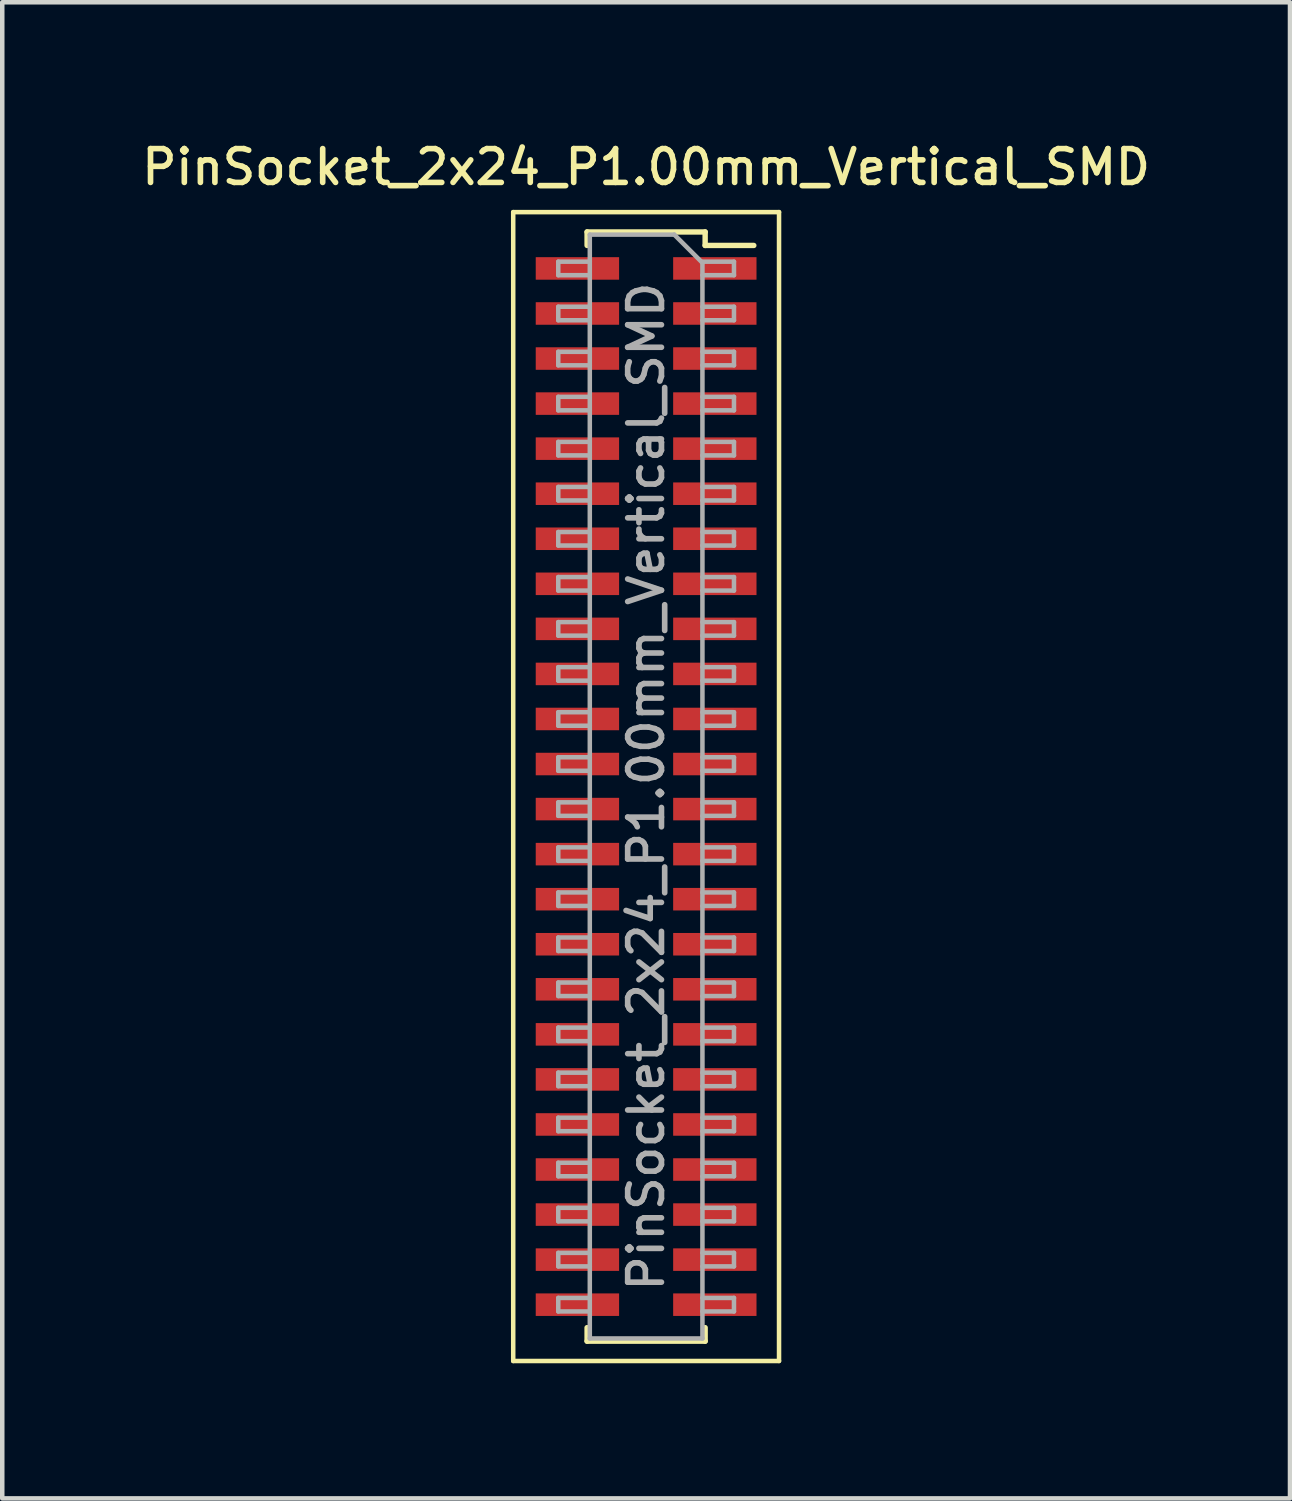
<source format=kicad_pcb>
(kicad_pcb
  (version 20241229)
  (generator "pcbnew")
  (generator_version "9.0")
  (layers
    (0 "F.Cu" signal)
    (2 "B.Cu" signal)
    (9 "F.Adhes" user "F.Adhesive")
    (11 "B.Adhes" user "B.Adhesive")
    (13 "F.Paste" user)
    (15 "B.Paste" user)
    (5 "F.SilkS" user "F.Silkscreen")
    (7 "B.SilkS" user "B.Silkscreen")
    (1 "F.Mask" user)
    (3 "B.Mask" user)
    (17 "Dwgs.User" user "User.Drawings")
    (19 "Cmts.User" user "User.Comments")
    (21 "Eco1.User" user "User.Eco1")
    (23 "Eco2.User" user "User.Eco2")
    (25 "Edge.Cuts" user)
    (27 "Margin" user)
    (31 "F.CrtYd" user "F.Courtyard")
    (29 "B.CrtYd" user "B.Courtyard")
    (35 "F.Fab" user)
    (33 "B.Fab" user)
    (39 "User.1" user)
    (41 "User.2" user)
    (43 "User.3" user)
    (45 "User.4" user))
  (footprint "PinSocket_2x24_P1.00mm_Vertical_SMD"
    (layer "F.Cu")
    (at 11.291 14.408)
    (property "Reference" "PinSocket_2x24_P1.00mm_Vertical_SMD" (at 0 -13.75 0) (layer "F.SilkS") (effects (font (size 0.75 0.75) (thickness 0.125))))
    (attr smd)
    (fp_line (start -2.95 -12.75) (end 2.95 -12.75) (stroke (width 0.1) (type solid)) (layer "F.SilkS"))
    (fp_line (start -2.95 12.75) (end -2.95 -12.75) (stroke (width 0.1) (type solid)) (layer "F.SilkS"))
    (fp_line (start -1.31 -12.31) (end -1.31 -12.01) (stroke (width 0.12) (type solid)) (layer "F.SilkS"))
    (fp_line (start -1.31 -12.31) (end 1.31 -12.31) (stroke (width 0.12) (type solid)) (layer "F.SilkS"))
    (fp_line (start -1.31 12.01) (end -1.31 12.31) (stroke (width 0.12) (type solid)) (layer "F.SilkS"))
    (fp_line (start -1.31 12.31) (end 1.31 12.31) (stroke (width 0.12) (type solid)) (layer "F.SilkS"))
    (fp_line (start 1.31 -12.31) (end 1.31 -12.01) (stroke (width 0.12) (type solid)) (layer "F.SilkS"))
    (fp_line (start 1.31 -12.01) (end 2.39 -12.01) (stroke (width 0.12) (type solid)) (layer "F.SilkS"))
    (fp_line (start 1.31 12.01) (end 1.31 12.31) (stroke (width 0.12) (type solid)) (layer "F.SilkS"))
    (fp_line (start 2.95 -12.75) (end 2.95 12.75) (stroke (width 0.1) (type solid)) (layer "F.SilkS"))
    (fp_line (start 2.95 12.75) (end -2.95 12.75) (stroke (width 0.1) (type solid)) (layer "F.SilkS"))
    (fp_line (start -1.95 -11.65) (end -1.25 -11.65) (stroke (width 0.1) (type solid)) (layer "F.Fab"))
    (fp_line (start -1.95 -11.35) (end -1.95 -11.65) (stroke (width 0.1) (type solid)) (layer "F.Fab"))
    (fp_line (start -1.95 -10.65) (end -1.25 -10.65) (stroke (width 0.1) (type solid)) (layer "F.Fab"))
    (fp_line (start -1.95 -10.35) (end -1.95 -10.65) (stroke (width 0.1) (type solid)) (layer "F.Fab"))
    (fp_line (start -1.95 -9.65) (end -1.25 -9.65) (stroke (width 0.1) (type solid)) (layer "F.Fab"))
    (fp_line (start -1.95 -9.35) (end -1.95 -9.65) (stroke (width 0.1) (type solid)) (layer "F.Fab"))
    (fp_line (start -1.95 -8.65) (end -1.25 -8.65) (stroke (width 0.1) (type solid)) (layer "F.Fab"))
    (fp_line (start -1.95 -8.35) (end -1.95 -8.65) (stroke (width 0.1) (type solid)) (layer "F.Fab"))
    (fp_line (start -1.95 -7.65) (end -1.25 -7.65) (stroke (width 0.1) (type solid)) (layer "F.Fab"))
    (fp_line (start -1.95 -7.35) (end -1.95 -7.65) (stroke (width 0.1) (type solid)) (layer "F.Fab"))
    (fp_line (start -1.95 -6.65) (end -1.25 -6.65) (stroke (width 0.1) (type solid)) (layer "F.Fab"))
    (fp_line (start -1.95 -6.35) (end -1.95 -6.65) (stroke (width 0.1) (type solid)) (layer "F.Fab"))
    (fp_line (start -1.95 -5.65) (end -1.25 -5.65) (stroke (width 0.1) (type solid)) (layer "F.Fab"))
    (fp_line (start -1.95 -5.35) (end -1.95 -5.65) (stroke (width 0.1) (type solid)) (layer "F.Fab"))
    (fp_line (start -1.95 -4.65) (end -1.25 -4.65) (stroke (width 0.1) (type solid)) (layer "F.Fab"))
    (fp_line (start -1.95 -4.35) (end -1.95 -4.65) (stroke (width 0.1) (type solid)) (layer "F.Fab"))
    (fp_line (start -1.95 -3.65) (end -1.25 -3.65) (stroke (width 0.1) (type solid)) (layer "F.Fab"))
    (fp_line (start -1.95 -3.35) (end -1.95 -3.65) (stroke (width 0.1) (type solid)) (layer "F.Fab"))
    (fp_line (start -1.95 -2.65) (end -1.25 -2.65) (stroke (width 0.1) (type solid)) (layer "F.Fab"))
    (fp_line (start -1.95 -2.35) (end -1.95 -2.65) (stroke (width 0.1) (type solid)) (layer "F.Fab"))
    (fp_line (start -1.95 -1.65) (end -1.25 -1.65) (stroke (width 0.1) (type solid)) (layer "F.Fab"))
    (fp_line (start -1.95 -1.35) (end -1.95 -1.65) (stroke (width 0.1) (type solid)) (layer "F.Fab"))
    (fp_line (start -1.95 -0.65) (end -1.25 -0.65) (stroke (width 0.1) (type solid)) (layer "F.Fab"))
    (fp_line (start -1.95 -0.35) (end -1.95 -0.65) (stroke (width 0.1) (type solid)) (layer "F.Fab"))
    (fp_line (start -1.95 0.35) (end -1.25 0.35) (stroke (width 0.1) (type solid)) (layer "F.Fab"))
    (fp_line (start -1.95 0.65) (end -1.95 0.35) (stroke (width 0.1) (type solid)) (layer "F.Fab"))
    (fp_line (start -1.95 1.35) (end -1.25 1.35) (stroke (width 0.1) (type solid)) (layer "F.Fab"))
    (fp_line (start -1.95 1.65) (end -1.95 1.35) (stroke (width 0.1) (type solid)) (layer "F.Fab"))
    (fp_line (start -1.95 2.35) (end -1.25 2.35) (stroke (width 0.1) (type solid)) (layer "F.Fab"))
    (fp_line (start -1.95 2.65) (end -1.95 2.35) (stroke (width 0.1) (type solid)) (layer "F.Fab"))
    (fp_line (start -1.95 3.35) (end -1.25 3.35) (stroke (width 0.1) (type solid)) (layer "F.Fab"))
    (fp_line (start -1.95 3.65) (end -1.95 3.35) (stroke (width 0.1) (type solid)) (layer "F.Fab"))
    (fp_line (start -1.95 4.35) (end -1.25 4.35) (stroke (width 0.1) (type solid)) (layer "F.Fab"))
    (fp_line (start -1.95 4.65) (end -1.95 4.35) (stroke (width 0.1) (type solid)) (layer "F.Fab"))
    (fp_line (start -1.95 5.35) (end -1.25 5.35) (stroke (width 0.1) (type solid)) (layer "F.Fab"))
    (fp_line (start -1.95 5.65) (end -1.95 5.35) (stroke (width 0.1) (type solid)) (layer "F.Fab"))
    (fp_line (start -1.95 6.35) (end -1.25 6.35) (stroke (width 0.1) (type solid)) (layer "F.Fab"))
    (fp_line (start -1.95 6.65) (end -1.95 6.35) (stroke (width 0.1) (type solid)) (layer "F.Fab"))
    (fp_line (start -1.95 7.35) (end -1.25 7.35) (stroke (width 0.1) (type solid)) (layer "F.Fab"))
    (fp_line (start -1.95 7.65) (end -1.95 7.35) (stroke (width 0.1) (type solid)) (layer "F.Fab"))
    (fp_line (start -1.95 8.35) (end -1.25 8.35) (stroke (width 0.1) (type solid)) (layer "F.Fab"))
    (fp_line (start -1.95 8.65) (end -1.95 8.35) (stroke (width 0.1) (type solid)) (layer "F.Fab"))
    (fp_line (start -1.95 9.35) (end -1.25 9.35) (stroke (width 0.1) (type solid)) (layer "F.Fab"))
    (fp_line (start -1.95 9.65) (end -1.95 9.35) (stroke (width 0.1) (type solid)) (layer "F.Fab"))
    (fp_line (start -1.95 10.35) (end -1.25 10.35) (stroke (width 0.1) (type solid)) (layer "F.Fab"))
    (fp_line (start -1.95 10.65) (end -1.95 10.35) (stroke (width 0.1) (type solid)) (layer "F.Fab"))
    (fp_line (start -1.95 11.35) (end -1.25 11.35) (stroke (width 0.1) (type solid)) (layer "F.Fab"))
    (fp_line (start -1.95 11.65) (end -1.95 11.35) (stroke (width 0.1) (type solid)) (layer "F.Fab"))
    (fp_line (start -1.25 -12.25) (end 0.625 -12.25) (stroke (width 0.1) (type solid)) (layer "F.Fab"))
    (fp_line (start -1.25 -11.35) (end -1.95 -11.35) (stroke (width 0.1) (type solid)) (layer "F.Fab"))
    (fp_line (start -1.25 -10.35) (end -1.95 -10.35) (stroke (width 0.1) (type solid)) (layer "F.Fab"))
    (fp_line (start -1.25 -9.35) (end -1.95 -9.35) (stroke (width 0.1) (type solid)) (layer "F.Fab"))
    (fp_line (start -1.25 -8.35) (end -1.95 -8.35) (stroke (width 0.1) (type solid)) (layer "F.Fab"))
    (fp_line (start -1.25 -7.35) (end -1.95 -7.35) (stroke (width 0.1) (type solid)) (layer "F.Fab"))
    (fp_line (start -1.25 -6.35) (end -1.95 -6.35) (stroke (width 0.1) (type solid)) (layer "F.Fab"))
    (fp_line (start -1.25 -5.35) (end -1.95 -5.35) (stroke (width 0.1) (type solid)) (layer "F.Fab"))
    (fp_line (start -1.25 -4.35) (end -1.95 -4.35) (stroke (width 0.1) (type solid)) (layer "F.Fab"))
    (fp_line (start -1.25 -3.35) (end -1.95 -3.35) (stroke (width 0.1) (type solid)) (layer "F.Fab"))
    (fp_line (start -1.25 -2.35) (end -1.95 -2.35) (stroke (width 0.1) (type solid)) (layer "F.Fab"))
    (fp_line (start -1.25 -1.35) (end -1.95 -1.35) (stroke (width 0.1) (type solid)) (layer "F.Fab"))
    (fp_line (start -1.25 -0.35) (end -1.95 -0.35) (stroke (width 0.1) (type solid)) (layer "F.Fab"))
    (fp_line (start -1.25 0.65) (end -1.95 0.65) (stroke (width 0.1) (type solid)) (layer "F.Fab"))
    (fp_line (start -1.25 1.65) (end -1.95 1.65) (stroke (width 0.1) (type solid)) (layer "F.Fab"))
    (fp_line (start -1.25 2.65) (end -1.95 2.65) (stroke (width 0.1) (type solid)) (layer "F.Fab"))
    (fp_line (start -1.25 3.65) (end -1.95 3.65) (stroke (width 0.1) (type solid)) (layer "F.Fab"))
    (fp_line (start -1.25 4.65) (end -1.95 4.65) (stroke (width 0.1) (type solid)) (layer "F.Fab"))
    (fp_line (start -1.25 5.65) (end -1.95 5.65) (stroke (width 0.1) (type solid)) (layer "F.Fab"))
    (fp_line (start -1.25 6.65) (end -1.95 6.65) (stroke (width 0.1) (type solid)) (layer "F.Fab"))
    (fp_line (start -1.25 7.65) (end -1.95 7.65) (stroke (width 0.1) (type solid)) (layer "F.Fab"))
    (fp_line (start -1.25 8.65) (end -1.95 8.65) (stroke (width 0.1) (type solid)) (layer "F.Fab"))
    (fp_line (start -1.25 9.65) (end -1.95 9.65) (stroke (width 0.1) (type solid)) (layer "F.Fab"))
    (fp_line (start -1.25 10.65) (end -1.95 10.65) (stroke (width 0.1) (type solid)) (layer "F.Fab"))
    (fp_line (start -1.25 11.65) (end -1.95 11.65) (stroke (width 0.1) (type solid)) (layer "F.Fab"))
    (fp_line (start -1.25 12.25) (end -1.25 -12.25) (stroke (width 0.1) (type solid)) (layer "F.Fab"))
    (fp_line (start 0.625 -12.25) (end 1.25 -11.625) (stroke (width 0.1) (type solid)) (layer "F.Fab"))
    (fp_line (start 1.25 -11.65) (end 1.95 -11.65) (stroke (width 0.1) (type solid)) (layer "F.Fab"))
    (fp_line (start 1.25 -11.625) (end 1.25 12.25) (stroke (width 0.1) (type solid)) (layer "F.Fab"))
    (fp_line (start 1.25 -10.65) (end 1.95 -10.65) (stroke (width 0.1) (type solid)) (layer "F.Fab"))
    (fp_line (start 1.25 -9.65) (end 1.95 -9.65) (stroke (width 0.1) (type solid)) (layer "F.Fab"))
    (fp_line (start 1.25 -8.65) (end 1.95 -8.65) (stroke (width 0.1) (type solid)) (layer "F.Fab"))
    (fp_line (start 1.25 -7.65) (end 1.95 -7.65) (stroke (width 0.1) (type solid)) (layer "F.Fab"))
    (fp_line (start 1.25 -6.65) (end 1.95 -6.65) (stroke (width 0.1) (type solid)) (layer "F.Fab"))
    (fp_line (start 1.25 -5.65) (end 1.95 -5.65) (stroke (width 0.1) (type solid)) (layer "F.Fab"))
    (fp_line (start 1.25 -4.65) (end 1.95 -4.65) (stroke (width 0.1) (type solid)) (layer "F.Fab"))
    (fp_line (start 1.25 -3.65) (end 1.95 -3.65) (stroke (width 0.1) (type solid)) (layer "F.Fab"))
    (fp_line (start 1.25 -2.65) (end 1.95 -2.65) (stroke (width 0.1) (type solid)) (layer "F.Fab"))
    (fp_line (start 1.25 -1.65) (end 1.95 -1.65) (stroke (width 0.1) (type solid)) (layer "F.Fab"))
    (fp_line (start 1.25 -0.65) (end 1.95 -0.65) (stroke (width 0.1) (type solid)) (layer "F.Fab"))
    (fp_line (start 1.25 0.35) (end 1.95 0.35) (stroke (width 0.1) (type solid)) (layer "F.Fab"))
    (fp_line (start 1.25 1.35) (end 1.95 1.35) (stroke (width 0.1) (type solid)) (layer "F.Fab"))
    (fp_line (start 1.25 2.35) (end 1.95 2.35) (stroke (width 0.1) (type solid)) (layer "F.Fab"))
    (fp_line (start 1.25 3.35) (end 1.95 3.35) (stroke (width 0.1) (type solid)) (layer "F.Fab"))
    (fp_line (start 1.25 4.35) (end 1.95 4.35) (stroke (width 0.1) (type solid)) (layer "F.Fab"))
    (fp_line (start 1.25 5.35) (end 1.95 5.35) (stroke (width 0.1) (type solid)) (layer "F.Fab"))
    (fp_line (start 1.25 6.35) (end 1.95 6.35) (stroke (width 0.1) (type solid)) (layer "F.Fab"))
    (fp_line (start 1.25 7.35) (end 1.95 7.35) (stroke (width 0.1) (type solid)) (layer "F.Fab"))
    (fp_line (start 1.25 8.35) (end 1.95 8.35) (stroke (width 0.1) (type solid)) (layer "F.Fab"))
    (fp_line (start 1.25 9.35) (end 1.95 9.35) (stroke (width 0.1) (type solid)) (layer "F.Fab"))
    (fp_line (start 1.25 10.35) (end 1.95 10.35) (stroke (width 0.1) (type solid)) (layer "F.Fab"))
    (fp_line (start 1.25 11.35) (end 1.95 11.35) (stroke (width 0.1) (type solid)) (layer "F.Fab"))
    (fp_line (start 1.25 12.25) (end -1.25 12.25) (stroke (width 0.1) (type solid)) (layer "F.Fab"))
    (fp_line (start 1.95 -11.65) (end 1.95 -11.35) (stroke (width 0.1) (type solid)) (layer "F.Fab"))
    (fp_line (start 1.95 -11.35) (end 1.25 -11.35) (stroke (width 0.1) (type solid)) (layer "F.Fab"))
    (fp_line (start 1.95 -10.65) (end 1.95 -10.35) (stroke (width 0.1) (type solid)) (layer "F.Fab"))
    (fp_line (start 1.95 -10.35) (end 1.25 -10.35) (stroke (width 0.1) (type solid)) (layer "F.Fab"))
    (fp_line (start 1.95 -9.65) (end 1.95 -9.35) (stroke (width 0.1) (type solid)) (layer "F.Fab"))
    (fp_line (start 1.95 -9.35) (end 1.25 -9.35) (stroke (width 0.1) (type solid)) (layer "F.Fab"))
    (fp_line (start 1.95 -8.65) (end 1.95 -8.35) (stroke (width 0.1) (type solid)) (layer "F.Fab"))
    (fp_line (start 1.95 -8.35) (end 1.25 -8.35) (stroke (width 0.1) (type solid)) (layer "F.Fab"))
    (fp_line (start 1.95 -7.65) (end 1.95 -7.35) (stroke (width 0.1) (type solid)) (layer "F.Fab"))
    (fp_line (start 1.95 -7.35) (end 1.25 -7.35) (stroke (width 0.1) (type solid)) (layer "F.Fab"))
    (fp_line (start 1.95 -6.65) (end 1.95 -6.35) (stroke (width 0.1) (type solid)) (layer "F.Fab"))
    (fp_line (start 1.95 -6.35) (end 1.25 -6.35) (stroke (width 0.1) (type solid)) (layer "F.Fab"))
    (fp_line (start 1.95 -5.65) (end 1.95 -5.35) (stroke (width 0.1) (type solid)) (layer "F.Fab"))
    (fp_line (start 1.95 -5.35) (end 1.25 -5.35) (stroke (width 0.1) (type solid)) (layer "F.Fab"))
    (fp_line (start 1.95 -4.65) (end 1.95 -4.35) (stroke (width 0.1) (type solid)) (layer "F.Fab"))
    (fp_line (start 1.95 -4.35) (end 1.25 -4.35) (stroke (width 0.1) (type solid)) (layer "F.Fab"))
    (fp_line (start 1.95 -3.65) (end 1.95 -3.35) (stroke (width 0.1) (type solid)) (layer "F.Fab"))
    (fp_line (start 1.95 -3.35) (end 1.25 -3.35) (stroke (width 0.1) (type solid)) (layer "F.Fab"))
    (fp_line (start 1.95 -2.65) (end 1.95 -2.35) (stroke (width 0.1) (type solid)) (layer "F.Fab"))
    (fp_line (start 1.95 -2.35) (end 1.25 -2.35) (stroke (width 0.1) (type solid)) (layer "F.Fab"))
    (fp_line (start 1.95 -1.65) (end 1.95 -1.35) (stroke (width 0.1) (type solid)) (layer "F.Fab"))
    (fp_line (start 1.95 -1.35) (end 1.25 -1.35) (stroke (width 0.1) (type solid)) (layer "F.Fab"))
    (fp_line (start 1.95 -0.65) (end 1.95 -0.35) (stroke (width 0.1) (type solid)) (layer "F.Fab"))
    (fp_line (start 1.95 -0.35) (end 1.25 -0.35) (stroke (width 0.1) (type solid)) (layer "F.Fab"))
    (fp_line (start 1.95 0.35) (end 1.95 0.65) (stroke (width 0.1) (type solid)) (layer "F.Fab"))
    (fp_line (start 1.95 0.65) (end 1.25 0.65) (stroke (width 0.1) (type solid)) (layer "F.Fab"))
    (fp_line (start 1.95 1.35) (end 1.95 1.65) (stroke (width 0.1) (type solid)) (layer "F.Fab"))
    (fp_line (start 1.95 1.65) (end 1.25 1.65) (stroke (width 0.1) (type solid)) (layer "F.Fab"))
    (fp_line (start 1.95 2.35) (end 1.95 2.65) (stroke (width 0.1) (type solid)) (layer "F.Fab"))
    (fp_line (start 1.95 2.65) (end 1.25 2.65) (stroke (width 0.1) (type solid)) (layer "F.Fab"))
    (fp_line (start 1.95 3.35) (end 1.95 3.65) (stroke (width 0.1) (type solid)) (layer "F.Fab"))
    (fp_line (start 1.95 3.65) (end 1.25 3.65) (stroke (width 0.1) (type solid)) (layer "F.Fab"))
    (fp_line (start 1.95 4.35) (end 1.95 4.65) (stroke (width 0.1) (type solid)) (layer "F.Fab"))
    (fp_line (start 1.95 4.65) (end 1.25 4.65) (stroke (width 0.1) (type solid)) (layer "F.Fab"))
    (fp_line (start 1.95 5.35) (end 1.95 5.65) (stroke (width 0.1) (type solid)) (layer "F.Fab"))
    (fp_line (start 1.95 5.65) (end 1.25 5.65) (stroke (width 0.1) (type solid)) (layer "F.Fab"))
    (fp_line (start 1.95 6.35) (end 1.95 6.65) (stroke (width 0.1) (type solid)) (layer "F.Fab"))
    (fp_line (start 1.95 6.65) (end 1.25 6.65) (stroke (width 0.1) (type solid)) (layer "F.Fab"))
    (fp_line (start 1.95 7.35) (end 1.95 7.65) (stroke (width 0.1) (type solid)) (layer "F.Fab"))
    (fp_line (start 1.95 7.65) (end 1.25 7.65) (stroke (width 0.1) (type solid)) (layer "F.Fab"))
    (fp_line (start 1.95 8.35) (end 1.95 8.65) (stroke (width 0.1) (type solid)) (layer "F.Fab"))
    (fp_line (start 1.95 8.65) (end 1.25 8.65) (stroke (width 0.1) (type solid)) (layer "F.Fab"))
    (fp_line (start 1.95 9.35) (end 1.95 9.65) (stroke (width 0.1) (type solid)) (layer "F.Fab"))
    (fp_line (start 1.95 9.65) (end 1.25 9.65) (stroke (width 0.1) (type solid)) (layer "F.Fab"))
    (fp_line (start 1.95 10.35) (end 1.95 10.65) (stroke (width 0.1) (type solid)) (layer "F.Fab"))
    (fp_line (start 1.95 10.65) (end 1.25 10.65) (stroke (width 0.1) (type solid)) (layer "F.Fab"))
    (fp_line (start 1.95 11.35) (end 1.95 11.65) (stroke (width 0.1) (type solid)) (layer "F.Fab"))
    (fp_line (start 1.95 11.65) (end 1.25 11.65) (stroke (width 0.1) (type solid)) (layer "F.Fab"))
    (fp_text user "${REFERENCE}" (at 0 0 90) (layer "F.Fab") (effects (font (size 0.75 0.75) (thickness 0.125))))
    (pad "1" smd rect (at 1.525 -11.5) (size 1.85 0.5) (layers "F.Cu" "F.Mask" "F.Paste"))
    (pad "2" smd rect (at -1.525 -11.5) (size 1.85 0.5) (layers "F.Cu" "F.Mask" "F.Paste"))
    (pad "3" smd rect (at 1.525 -10.5) (size 1.85 0.5) (layers "F.Cu" "F.Mask" "F.Paste"))
    (pad "4" smd rect (at -1.525 -10.5) (size 1.85 0.5) (layers "F.Cu" "F.Mask" "F.Paste"))
    (pad "5" smd rect (at 1.525 -9.5) (size 1.85 0.5) (layers "F.Cu" "F.Mask" "F.Paste"))
    (pad "6" smd rect (at -1.525 -9.5) (size 1.85 0.5) (layers "F.Cu" "F.Mask" "F.Paste"))
    (pad "7" smd rect (at 1.525 -8.5) (size 1.85 0.5) (layers "F.Cu" "F.Mask" "F.Paste"))
    (pad "8" smd rect (at -1.525 -8.5) (size 1.85 0.5) (layers "F.Cu" "F.Mask" "F.Paste"))
    (pad "9" smd rect (at 1.525 -7.5) (size 1.85 0.5) (layers "F.Cu" "F.Mask" "F.Paste"))
    (pad "10" smd rect (at -1.525 -7.5) (size 1.85 0.5) (layers "F.Cu" "F.Mask" "F.Paste"))
    (pad "11" smd rect (at 1.525 -6.5) (size 1.85 0.5) (layers "F.Cu" "F.Mask" "F.Paste"))
    (pad "12" smd rect (at -1.525 -6.5) (size 1.85 0.5) (layers "F.Cu" "F.Mask" "F.Paste"))
    (pad "13" smd rect (at 1.525 -5.5) (size 1.85 0.5) (layers "F.Cu" "F.Mask" "F.Paste"))
    (pad "14" smd rect (at -1.525 -5.5) (size 1.85 0.5) (layers "F.Cu" "F.Mask" "F.Paste"))
    (pad "15" smd rect (at 1.525 -4.5) (size 1.85 0.5) (layers "F.Cu" "F.Mask" "F.Paste"))
    (pad "16" smd rect (at -1.525 -4.5) (size 1.85 0.5) (layers "F.Cu" "F.Mask" "F.Paste"))
    (pad "17" smd rect (at 1.525 -3.5) (size 1.85 0.5) (layers "F.Cu" "F.Mask" "F.Paste"))
    (pad "18" smd rect (at -1.525 -3.5) (size 1.85 0.5) (layers "F.Cu" "F.Mask" "F.Paste"))
    (pad "19" smd rect (at 1.525 -2.5) (size 1.85 0.5) (layers "F.Cu" "F.Mask" "F.Paste"))
    (pad "20" smd rect (at -1.525 -2.5) (size 1.85 0.5) (layers "F.Cu" "F.Mask" "F.Paste"))
    (pad "21" smd rect (at 1.525 -1.5) (size 1.85 0.5) (layers "F.Cu" "F.Mask" "F.Paste"))
    (pad "22" smd rect (at -1.525 -1.5) (size 1.85 0.5) (layers "F.Cu" "F.Mask" "F.Paste"))
    (pad "23" smd rect (at 1.525 -0.5) (size 1.85 0.5) (layers "F.Cu" "F.Mask" "F.Paste"))
    (pad "24" smd rect (at -1.525 -0.5) (size 1.85 0.5) (layers "F.Cu" "F.Mask" "F.Paste"))
    (pad "25" smd rect (at 1.525 0.5) (size 1.85 0.5) (layers "F.Cu" "F.Mask" "F.Paste"))
    (pad "26" smd rect (at -1.525 0.5) (size 1.85 0.5) (layers "F.Cu" "F.Mask" "F.Paste"))
    (pad "27" smd rect (at 1.525 1.5) (size 1.85 0.5) (layers "F.Cu" "F.Mask" "F.Paste"))
    (pad "28" smd rect (at -1.525 1.5) (size 1.85 0.5) (layers "F.Cu" "F.Mask" "F.Paste"))
    (pad "29" smd rect (at 1.525 2.5) (size 1.85 0.5) (layers "F.Cu" "F.Mask" "F.Paste"))
    (pad "30" smd rect (at -1.525 2.5) (size 1.85 0.5) (layers "F.Cu" "F.Mask" "F.Paste"))
    (pad "31" smd rect (at 1.525 3.5) (size 1.85 0.5) (layers "F.Cu" "F.Mask" "F.Paste"))
    (pad "32" smd rect (at -1.525 3.5) (size 1.85 0.5) (layers "F.Cu" "F.Mask" "F.Paste"))
    (pad "33" smd rect (at 1.525 4.5) (size 1.85 0.5) (layers "F.Cu" "F.Mask" "F.Paste"))
    (pad "34" smd rect (at -1.525 4.5) (size 1.85 0.5) (layers "F.Cu" "F.Mask" "F.Paste"))
    (pad "35" smd rect (at 1.525 5.5) (size 1.85 0.5) (layers "F.Cu" "F.Mask" "F.Paste"))
    (pad "36" smd rect (at -1.525 5.5) (size 1.85 0.5) (layers "F.Cu" "F.Mask" "F.Paste"))
    (pad "37" smd rect (at 1.525 6.5) (size 1.85 0.5) (layers "F.Cu" "F.Mask" "F.Paste"))
    (pad "38" smd rect (at -1.525 6.5) (size 1.85 0.5) (layers "F.Cu" "F.Mask" "F.Paste"))
    (pad "39" smd rect (at 1.525 7.5) (size 1.85 0.5) (layers "F.Cu" "F.Mask" "F.Paste"))
    (pad "40" smd rect (at -1.525 7.5) (size 1.85 0.5) (layers "F.Cu" "F.Mask" "F.Paste"))
    (pad "41" smd rect (at 1.525 8.5) (size 1.85 0.5) (layers "F.Cu" "F.Mask" "F.Paste"))
    (pad "42" smd rect (at -1.525 8.5) (size 1.85 0.5) (layers "F.Cu" "F.Mask" "F.Paste"))
    (pad "43" smd rect (at 1.525 9.5) (size 1.85 0.5) (layers "F.Cu" "F.Mask" "F.Paste"))
    (pad "44" smd rect (at -1.525 9.5) (size 1.85 0.5) (layers "F.Cu" "F.Mask" "F.Paste"))
    (pad "45" smd rect (at 1.525 10.5) (size 1.85 0.5) (layers "F.Cu" "F.Mask" "F.Paste"))
    (pad "46" smd rect (at -1.525 10.5) (size 1.85 0.5) (layers "F.Cu" "F.Mask" "F.Paste"))
    (pad "47" smd rect (at 1.525 11.5) (size 1.85 0.5) (layers "F.Cu" "F.Mask" "F.Paste"))
    (pad "48" smd rect (at -1.525 11.5) (size 1.85 0.5) (layers "F.Cu" "F.Mask" "F.Paste")))
  (gr_rect
    (start -3 -3)
    (end 25.582 30.208)
    (stroke (width 0.1) (type default))
    (fill no)
    (layer "Edge.Cuts")))
</source>
